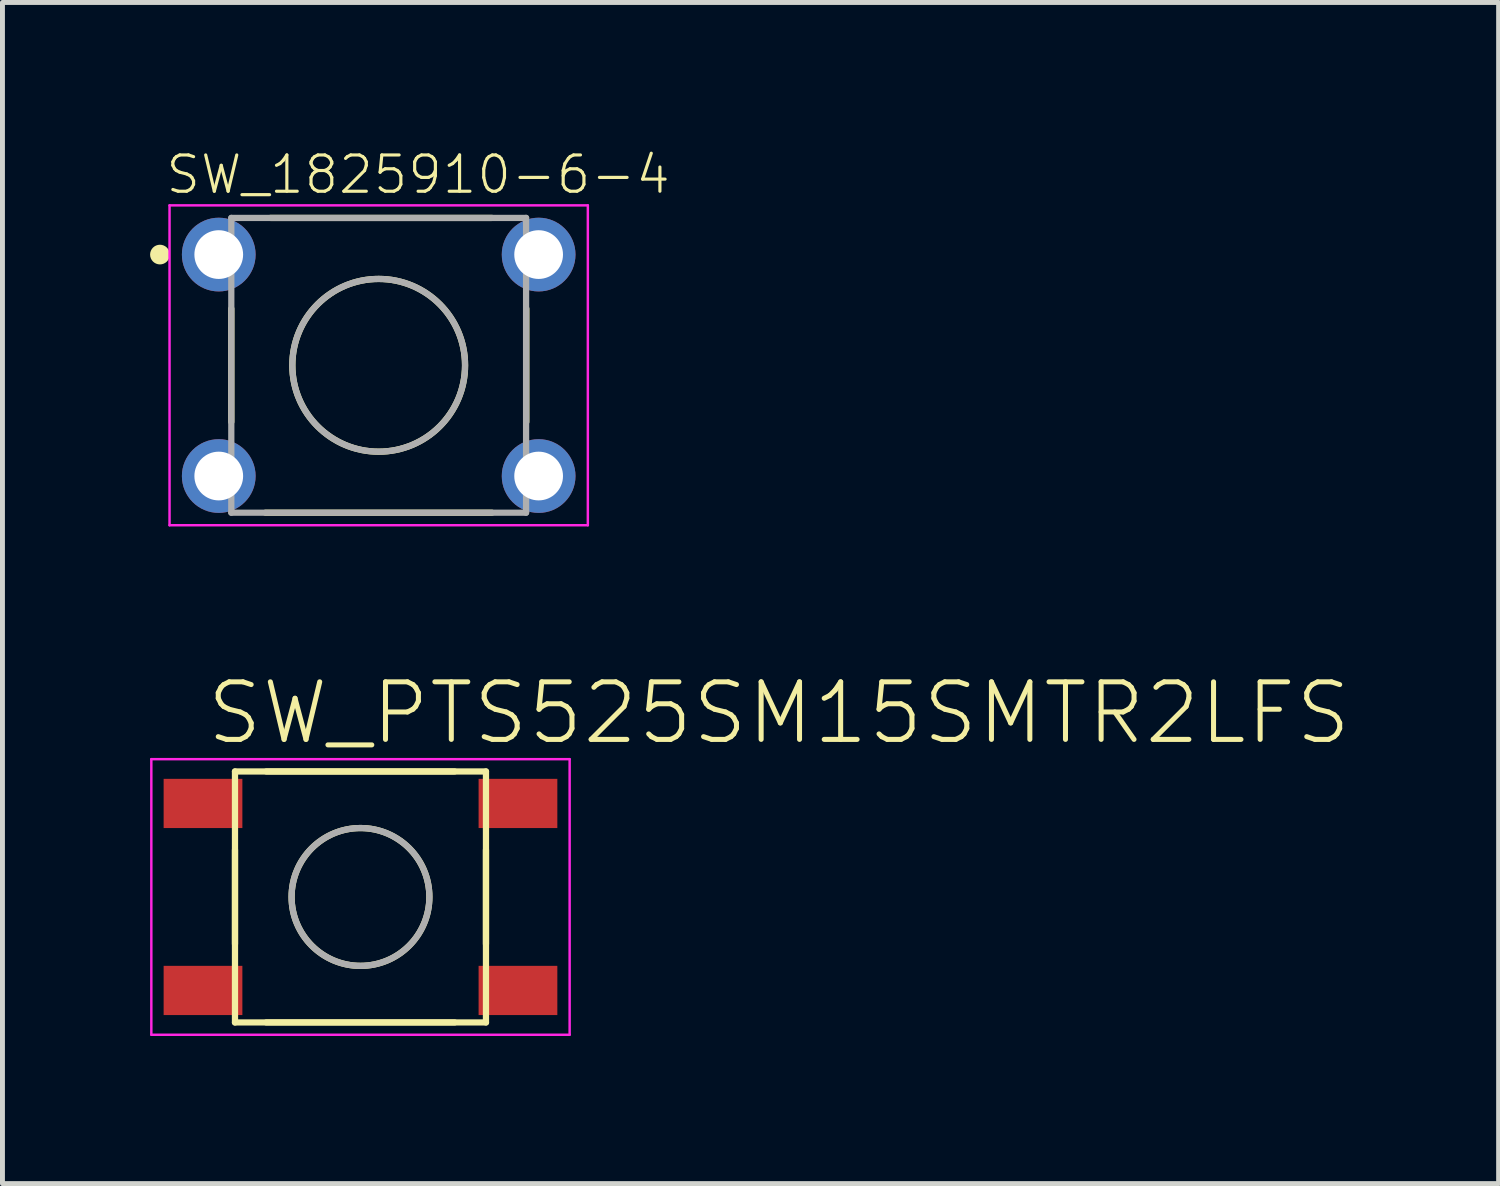
<source format=kicad_pcb>
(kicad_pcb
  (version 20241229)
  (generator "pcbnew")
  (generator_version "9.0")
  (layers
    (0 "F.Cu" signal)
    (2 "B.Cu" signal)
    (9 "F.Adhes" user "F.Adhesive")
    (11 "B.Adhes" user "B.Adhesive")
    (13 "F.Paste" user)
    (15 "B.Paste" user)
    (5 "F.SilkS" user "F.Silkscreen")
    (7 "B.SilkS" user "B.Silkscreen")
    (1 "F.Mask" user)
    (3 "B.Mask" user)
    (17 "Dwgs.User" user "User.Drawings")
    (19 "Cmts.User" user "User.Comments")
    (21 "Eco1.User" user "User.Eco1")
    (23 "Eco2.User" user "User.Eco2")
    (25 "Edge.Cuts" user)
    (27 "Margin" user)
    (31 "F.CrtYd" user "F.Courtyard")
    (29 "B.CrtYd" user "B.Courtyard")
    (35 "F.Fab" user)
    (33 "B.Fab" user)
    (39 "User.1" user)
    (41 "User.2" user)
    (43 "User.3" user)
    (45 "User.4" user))
  (footprint "SW_PTS525SM15SMTR2LFS"
    (layer "F.Cu")
    (at 4.275 15.176)
    (property "Reference" "SW_PTS525SM15SMTR2LFS" (at -3.18 -3.053 0) (layer "F.SilkS") (effects (font (size 1.17 1.17) (thickness 0.102)) (justify left bottom)))
    (fp_line (start -2.55 -2.55) (end 2.55 -2.55) (stroke (width 0.127) (type solid)) (layer "F.SilkS"))
    (fp_line (start -2.55 -0.956) (end -2.55 0.956) (stroke (width 0.127) (type solid)) (layer "F.SilkS"))
    (fp_line (start -2.55 2.55) (end -2.55 -2.55) (stroke (width 0.127) (type solid)) (layer "F.SilkS"))
    (fp_line (start -1.913 -2.55) (end 1.913 -2.55) (stroke (width 0.127) (type solid)) (layer "F.SilkS"))
    (fp_line (start -1.913 2.55) (end 1.913 2.55) (stroke (width 0.127) (type solid)) (layer "F.SilkS"))
    (fp_line (start 2.55 -2.55) (end 2.55 2.55) (stroke (width 0.127) (type solid)) (layer "F.SilkS"))
    (fp_line (start 2.55 -0.956) (end 2.55 0.956) (stroke (width 0.127) (type solid)) (layer "F.SilkS"))
    (fp_line (start 2.55 2.55) (end -2.55 2.55) (stroke (width 0.127) (type solid)) (layer "F.SilkS"))
    (fp_circle (center 0 0) (end 1.4 0) (stroke (width 0.127) (type solid)) (fill no) (layer "F.SilkS"))
    (fp_line (start -4.25 -2.8) (end 4.25 -2.8) (stroke (width 0.05) (type solid)) (layer "F.CrtYd"))
    (fp_line (start -4.25 2.8) (end -4.25 -2.8) (stroke (width 0.05) (type solid)) (layer "F.CrtYd"))
    (fp_line (start 4.25 -2.8) (end 4.25 2.8) (stroke (width 0.05) (type solid)) (layer "F.CrtYd"))
    (fp_line (start 4.25 2.8) (end -4.25 2.8) (stroke (width 0.05) (type solid)) (layer "F.CrtYd"))
    (fp_circle (center 0 0) (end 1.4 0) (stroke (width 0.127) (type solid)) (fill no) (layer "F.Fab"))
    (pad "1" smd rect (at -3.2 -1.9) (size 1.6 1) (layers "F.Cu" "F.Mask" "F.Paste"))
    (pad "2" smd rect (at 3.2 -1.9) (size 1.6 1) (layers "F.Cu" "F.Mask" "F.Paste"))
    (pad "3" smd rect (at -3.2 1.9) (size 1.6 1) (layers "F.Cu" "F.Mask" "F.Paste"))
    (pad "4" smd rect (at 3.2 1.9) (size 1.6 1) (layers "F.Cu" "F.Mask" "F.Paste")))
  (footprint "SW_1825910-6-4"
    (layer "F.Cu")
    (at 4.645 4.373)
    (property "Reference" "SW_1825910-6-4" (at -4.365 -3.444 0) (layer "F.SilkS") (effects (font (size 0.737 0.737) (thickness 0.064)) (justify left bottom)))
    (fp_line (start -2.995 -1.15) (end -2.995 1.15) (stroke (width 0.127) (type solid)) (layer "F.SilkS"))
    (fp_line (start -2.2 -2.995) (end 2.3 -2.995) (stroke (width 0.127) (type solid)) (layer "F.SilkS"))
    (fp_line (start 2.3 2.995) (end -2.3 2.995) (stroke (width 0.127) (type solid)) (layer "F.SilkS"))
    (fp_line (start 3 -1.15) (end 3 1.15) (stroke (width 0.127) (type solid)) (layer "F.SilkS"))
    (fp_circle (center -4.445 -2.25) (end -4.345 -2.25) (stroke (width 0.2) (type solid)) (fill no) (layer "F.SilkS"))
    (fp_circle (center 0 0) (end 1.755 0) (stroke (width 0.127) (type solid)) (fill no) (layer "F.SilkS"))
    (fp_line (start -4.25 -3.25) (end -4.25 3.25) (stroke (width 0.05) (type solid)) (layer "F.CrtYd"))
    (fp_line (start -4.25 3.25) (end 4.25 3.25) (stroke (width 0.05) (type solid)) (layer "F.CrtYd"))
    (fp_line (start 4.25 -3.25) (end -4.25 -3.25) (stroke (width 0.05) (type solid)) (layer "F.CrtYd"))
    (fp_line (start 4.25 3.25) (end 4.25 -3.25) (stroke (width 0.05) (type solid)) (layer "F.CrtYd"))
    (fp_line (start -2.995 -2.995) (end -2.995 2.995) (stroke (width 0.127) (type solid)) (layer "F.Fab"))
    (fp_line (start -2.995 2.995) (end 2.995 2.995) (stroke (width 0.127) (type solid)) (layer "F.Fab"))
    (fp_line (start 2.995 -2.995) (end -2.995 -2.995) (stroke (width 0.127) (type solid)) (layer "F.Fab"))
    (fp_line (start 2.995 2.995) (end 2.995 -2.995) (stroke (width 0.127) (type solid)) (layer "F.Fab"))
    (fp_circle (center 0 0) (end 1.755 0) (stroke (width 0.127) (type solid)) (fill no) (layer "F.Fab"))
    (pad "1" thru_hole circle (at -3.25 -2.25) (size 1.498 1.498) (drill 0.99) (layers "*.Cu" "*.Mask"))
    (pad "2" thru_hole circle (at 3.25 -2.25) (size 1.498 1.498) (drill 0.99) (layers "*.Cu" "*.Mask"))
    (pad "3" thru_hole circle (at -3.25 2.25) (size 1.498 1.498) (drill 0.99) (layers "*.Cu" "*.Mask"))
    (pad "4" thru_hole circle (at 3.25 2.25) (size 1.498 1.498) (drill 0.99) (layers "*.Cu" "*.Mask")))
  (gr_rect
    (start -3 -3)
    (end 27.402 21.001)
    (stroke (width 0.1) (type default))
    (fill no)
    (layer "Edge.Cuts")))
</source>
